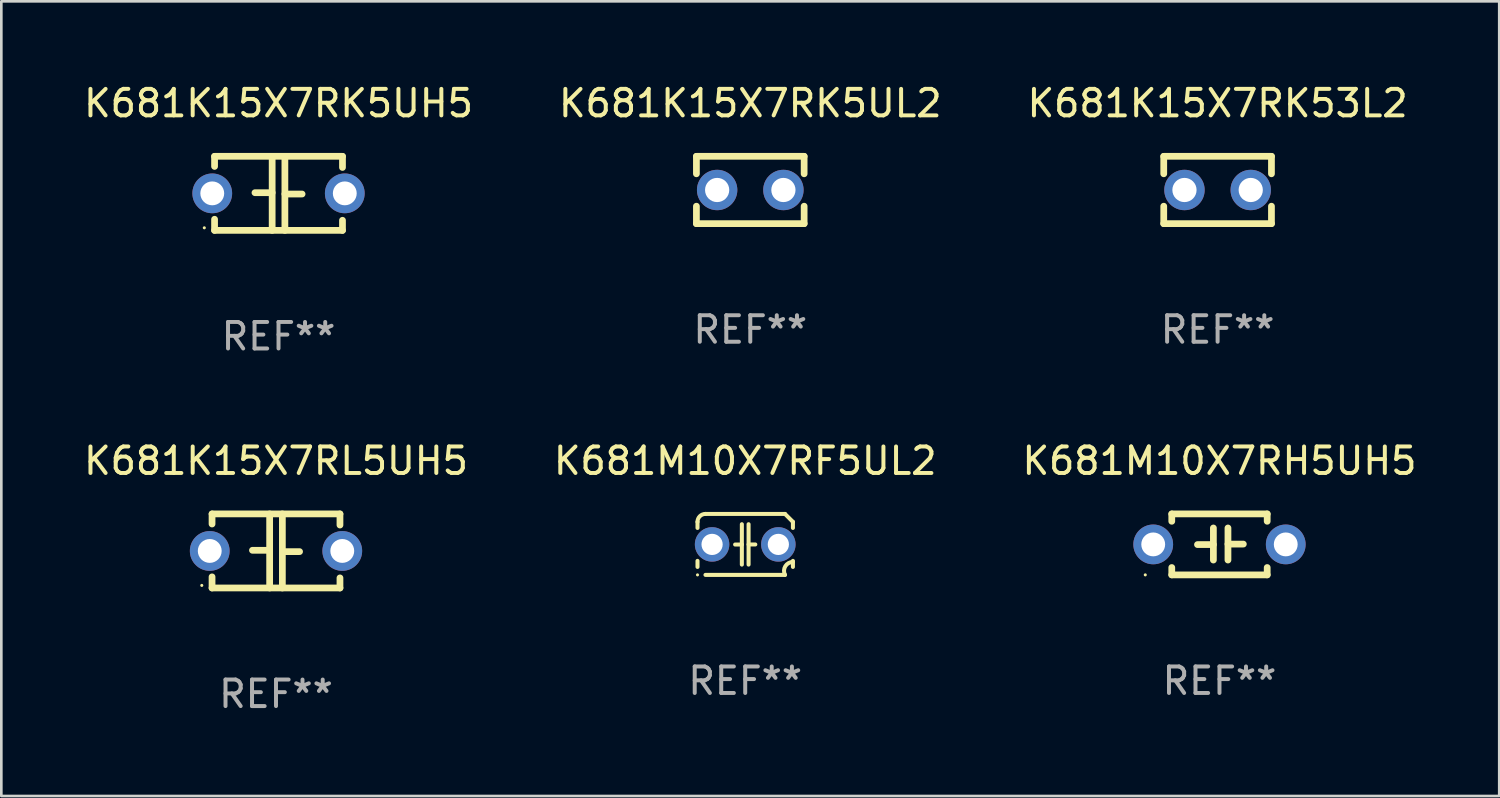
<source format=kicad_pcb>
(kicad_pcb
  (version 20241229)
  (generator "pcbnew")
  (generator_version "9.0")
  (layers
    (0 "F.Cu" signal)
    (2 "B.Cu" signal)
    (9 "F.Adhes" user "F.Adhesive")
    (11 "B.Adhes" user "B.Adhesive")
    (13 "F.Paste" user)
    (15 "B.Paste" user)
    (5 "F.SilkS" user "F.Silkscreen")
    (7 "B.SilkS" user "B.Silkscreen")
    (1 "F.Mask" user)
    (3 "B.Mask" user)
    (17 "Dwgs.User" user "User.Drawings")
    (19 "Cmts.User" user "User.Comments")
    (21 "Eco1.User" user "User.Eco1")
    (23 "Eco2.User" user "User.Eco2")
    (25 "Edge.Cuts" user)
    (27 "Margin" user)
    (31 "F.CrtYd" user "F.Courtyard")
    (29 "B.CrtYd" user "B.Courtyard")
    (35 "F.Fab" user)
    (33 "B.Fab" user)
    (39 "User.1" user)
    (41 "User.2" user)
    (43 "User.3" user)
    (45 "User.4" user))
  (footprint "K681K15X7RL5UH5"
    (layer "F.Cu")
    (at 7.363 17.736)
    (property "Reference" "K681K15X7RL5UH5" (at 0 -3.397 0) (layer "F.SilkS") (effects (font (size 1 1) (thickness 0.15))))
    (attr through_hole)
    (fp_line (start -2.413 -1.397) (end 2.413 -1.397) (stroke (width 0.254) (type solid)) (layer "F.SilkS"))
    (fp_line (start -2.413 -1.016) (end -2.413 -1.397) (stroke (width 0.254) (type solid)) (layer "F.SilkS"))
    (fp_line (start -2.413 0.977) (end -2.413 1.397) (stroke (width 0.254) (type solid)) (layer "F.SilkS"))
    (fp_line (start -0.24 -0.025) (end -0.889 -0.025) (stroke (width 0.254) (type solid)) (layer "F.SilkS"))
    (fp_line (start -0.24 1.397) (end -0.24 -1.397) (stroke (width 0.254) (type solid)) (layer "F.SilkS"))
    (fp_line (start 0.24 -1.397) (end 0.24 1.397) (stroke (width 0.254) (type solid)) (layer "F.SilkS"))
    (fp_line (start 0.24 0.025) (end 0.889 0.025) (stroke (width 0.254) (type solid)) (layer "F.SilkS"))
    (fp_line (start 2.413 -0.977) (end 2.413 -1.397) (stroke (width 0.254) (type solid)) (layer "F.SilkS"))
    (fp_line (start 2.413 1.016) (end 2.413 1.397) (stroke (width 0.254) (type solid)) (layer "F.SilkS"))
    (fp_line (start 2.413 1.397) (end -2.413 1.397) (stroke (width 0.254) (type solid)) (layer "F.SilkS"))
    (fp_circle (center -2.8 1.3) (end -2.77 1.3) (stroke (width 0.06) (type solid)) (fill no) (layer "F.SilkS"))
    (fp_text user "REF**" (at 0 5.397 0) (layer "F.Fab") (effects (font (size 1 1) (thickness 0.15))))
    (pad "1" thru_hole circle (at -2.5 0) (size 1.5 1.5) (drill 0.9) (layers "*.Cu" "*.Mask"))
    (pad "2" thru_hole circle (at 2.5 0) (size 1.5 1.5) (drill 0.9) (layers "*.Cu" "*.Mask")))
  (footprint "K681K15X7RK53L2"
    (layer "F.Cu")
    (at 42.887 4.118)
    (property "Reference" "K681K15X7RK53L2" (at 0 -3.27 0) (layer "F.SilkS") (effects (font (size 1 1) (thickness 0.15))))
    (attr through_hole)
    (fp_line (start -2.032 -1.27) (end -2.032 -0.611) (stroke (width 0.254) (type solid)) (layer "F.SilkS"))
    (fp_line (start -2.032 0.611) (end -2.032 1.27) (stroke (width 0.254) (type solid)) (layer "F.SilkS"))
    (fp_line (start -2.032 1.27) (end 2.032 1.27) (stroke (width 0.254) (type solid)) (layer "F.SilkS"))
    (fp_line (start 2.032 -1.27) (end -2.032 -1.27) (stroke (width 0.254) (type solid)) (layer "F.SilkS"))
    (fp_line (start 2.032 -0.611) (end 2.032 -1.27) (stroke (width 0.254) (type solid)) (layer "F.SilkS"))
    (fp_line (start 2.032 1.27) (end 2.032 0.611) (stroke (width 0.254) (type solid)) (layer "F.SilkS"))
    (fp_circle (center -2 1.3) (end -1.97 1.3) (stroke (width 0.06) (type solid)) (fill no) (layer "F.SilkS"))
    (fp_text user "REF**" (at 0 5.27 0) (layer "F.Fab") (effects (font (size 1 1) (thickness 0.15))))
    (pad "1" thru_hole circle (at -1.25 0) (size 1.524 1.524) (drill 0.914) (layers "*.Cu" "*.Mask"))
    (pad "2" thru_hole circle (at 1.25 0) (size 1.524 1.524) (drill 0.914) (layers "*.Cu" "*.Mask")))
  (footprint "K681M10X7RF5UL2"
    (layer "F.Cu")
    (at 25.065 17.489)
    (property "Reference" "K681M10X7RF5UL2" (at 0 -3.15 0) (layer "F.SilkS") (effects (font (size 1 1) (thickness 0.15))))
    (attr through_hole)
    (fp_line (start -1.8 -0.621) (end -1.8 -0.85) (stroke (width 0.152) (type solid)) (layer "F.SilkS"))
    (fp_line (start -1.8 0.85) (end -1.8 0.621) (stroke (width 0.152) (type solid)) (layer "F.SilkS"))
    (fp_line (start -1.5 -1.15) (end 1.5 -1.15) (stroke (width 0.152) (type solid)) (layer "F.SilkS"))
    (fp_line (start -0.127 -0.762) (end -0.127 0.762) (stroke (width 0.152) (type solid)) (layer "F.SilkS"))
    (fp_line (start -0.127 0.005) (end -0.381 0.005) (stroke (width 0.152) (type solid)) (layer "F.SilkS"))
    (fp_line (start 0.127 -0.762) (end 0.127 0.762) (stroke (width 0.152) (type solid)) (layer "F.SilkS"))
    (fp_line (start 0.127 0.002) (end 0.381 0.002) (stroke (width 0.152) (type solid)) (layer "F.SilkS"))
    (fp_line (start 1.5 1.15) (end -1.5 1.15) (stroke (width 0.152) (type solid)) (layer "F.SilkS"))
    (fp_line (start 1.8 -0.85) (end 1.8 -0.621) (stroke (width 0.152) (type solid)) (layer "F.SilkS"))
    (fp_line (start 1.8 0.621) (end 1.8 0.85) (stroke (width 0.152) (type solid)) (layer "F.SilkS"))
    (fp_arc (start -1.799975 -0.849987) (mid -1.712107 -1.062119) (end -1.499975 -1.149987) (stroke (width 0.151994) (type solid)) (layer "F.SilkS"))
    (fp_arc (start 1.499975 1.149987) (mid 1.513726 0.822359) (end 1.799975 0.662387) (stroke (width 0.151994) (type solid)) (layer "F.SilkS"))
    (fp_arc (start 1.500001 -1.149986) (mid 1.650015 -1.000001) (end 1.8 -0.849987) (stroke (width 0.151994) (type solid)) (layer "F.SilkS"))
    (fp_circle (center -1.8 1.15) (end -1.77 1.15) (stroke (width 0.06) (type solid)) (fill no) (layer "F.SilkS"))
    (fp_text user "REF**" (at 0 5.15 0) (layer "F.Fab") (effects (font (size 1 1) (thickness 0.15))))
    (pad "1" thru_hole circle (at -1.25 0) (size 1.3 1.3) (drill 0.8) (layers "*.Cu" "*.Mask"))
    (pad "2" thru_hole circle (at 1.25 0) (size 1.3 1.3) (drill 0.8) (layers "*.Cu" "*.Mask")))
  (footprint "K681K15X7RK5UH5"
    (layer "F.Cu")
    (at 7.458 4.245)
    (property "Reference" "K681K15X7RK5UH5" (at 0 -3.397 0) (layer "F.SilkS") (effects (font (size 1 1) (thickness 0.15))))
    (attr through_hole)
    (fp_line (start -2.413 -1.397) (end 2.413 -1.397) (stroke (width 0.254) (type solid)) (layer "F.SilkS"))
    (fp_line (start -2.413 -1.016) (end -2.413 -1.397) (stroke (width 0.254) (type solid)) (layer "F.SilkS"))
    (fp_line (start -2.413 0.977) (end -2.413 1.397) (stroke (width 0.254) (type solid)) (layer "F.SilkS"))
    (fp_line (start -0.24 -0.025) (end -0.889 -0.025) (stroke (width 0.254) (type solid)) (layer "F.SilkS"))
    (fp_line (start -0.24 1.397) (end -0.24 -1.397) (stroke (width 0.254) (type solid)) (layer "F.SilkS"))
    (fp_line (start 0.24 -1.397) (end 0.24 1.397) (stroke (width 0.254) (type solid)) (layer "F.SilkS"))
    (fp_line (start 0.24 0.025) (end 0.889 0.025) (stroke (width 0.254) (type solid)) (layer "F.SilkS"))
    (fp_line (start 2.413 -0.977) (end 2.413 -1.397) (stroke (width 0.254) (type solid)) (layer "F.SilkS"))
    (fp_line (start 2.413 1.016) (end 2.413 1.397) (stroke (width 0.254) (type solid)) (layer "F.SilkS"))
    (fp_line (start 2.413 1.397) (end -2.413 1.397) (stroke (width 0.254) (type solid)) (layer "F.SilkS"))
    (fp_circle (center -2.8 1.3) (end -2.77 1.3) (stroke (width 0.06) (type solid)) (fill no) (layer "F.SilkS"))
    (fp_text user "REF**" (at 0 5.397 0) (layer "F.Fab") (effects (font (size 1 1) (thickness 0.15))))
    (pad "1" thru_hole circle (at -2.5 0) (size 1.5 1.5) (drill 0.9) (layers "*.Cu" "*.Mask"))
    (pad "2" thru_hole circle (at 2.5 0) (size 1.5 1.5) (drill 0.9) (layers "*.Cu" "*.Mask")))
  (footprint "K681M10X7RH5UH5"
    (layer "F.Cu")
    (at 42.958 17.489)
    (property "Reference" "K681M10X7RH5UH5" (at 0 -3.15 0) (layer "F.SilkS") (effects (font (size 1 1) (thickness 0.15))))
    (attr through_hole)
    (fp_line (start -1.8 -1.15) (end -1.8 -0.872) (stroke (width 0.254) (type solid)) (layer "F.SilkS"))
    (fp_line (start -1.8 -1.15) (end 1.8 -1.15) (stroke (width 0.254) (type solid)) (layer "F.SilkS"))
    (fp_line (start -1.8 0.872) (end -1.8 1.15) (stroke (width 0.254) (type solid)) (layer "F.SilkS"))
    (fp_line (start -1.8 1.15) (end 1.8 1.15) (stroke (width 0.254) (type solid)) (layer "F.SilkS"))
    (fp_line (start -0.23 -0.62) (end -0.23 0.59) (stroke (width 0.254) (type solid)) (layer "F.SilkS"))
    (fp_line (start -0.23 0.007) (end -0.83 0.007) (stroke (width 0.254) (type solid)) (layer "F.SilkS"))
    (fp_line (start 0.32 -0.62) (end 0.32 0.59) (stroke (width 0.254) (type solid)) (layer "F.SilkS"))
    (fp_line (start 0.32 -0.012) (end 0.9 -0.012) (stroke (width 0.254) (type solid)) (layer "F.SilkS"))
    (fp_line (start 1.8 -1.15) (end 1.8 -0.872) (stroke (width 0.254) (type solid)) (layer "F.SilkS"))
    (fp_line (start 1.8 0.872) (end 1.8 1.15) (stroke (width 0.254) (type solid)) (layer "F.SilkS"))
    (fp_circle (center -2.8 1.15) (end -2.77 1.15) (stroke (width 0.06) (type solid)) (fill no) (layer "F.SilkS"))
    (fp_text user "REF**" (at 0 5.15 0) (layer "F.Fab") (effects (font (size 1 1) (thickness 0.15))))
    (pad "1" thru_hole circle (at -2.5 0) (size 1.5 1.5) (drill 0.9) (layers "*.Cu" "*.Mask"))
    (pad "2" thru_hole circle (at 2.5 0) (size 1.5 1.5) (drill 0.9) (layers "*.Cu" "*.Mask")))
  (footprint "K681K15X7RK5UL2"
    (layer "F.Cu")
    (at 25.256 4.118)
    (property "Reference" "K681K15X7RK5UL2" (at 0 -3.27 0) (layer "F.SilkS") (effects (font (size 1 1) (thickness 0.15))))
    (attr through_hole)
    (fp_line (start -2.032 -1.27) (end -2.032 -0.611) (stroke (width 0.254) (type solid)) (layer "F.SilkS"))
    (fp_line (start -2.032 0.611) (end -2.032 1.27) (stroke (width 0.254) (type solid)) (layer "F.SilkS"))
    (fp_line (start -2.032 1.27) (end 2.032 1.27) (stroke (width 0.254) (type solid)) (layer "F.SilkS"))
    (fp_line (start 2.032 -1.27) (end -2.032 -1.27) (stroke (width 0.254) (type solid)) (layer "F.SilkS"))
    (fp_line (start 2.032 -0.611) (end 2.032 -1.27) (stroke (width 0.254) (type solid)) (layer "F.SilkS"))
    (fp_line (start 2.032 1.27) (end 2.032 0.611) (stroke (width 0.254) (type solid)) (layer "F.SilkS"))
    (fp_circle (center -2 1.3) (end -1.97 1.3) (stroke (width 0.06) (type solid)) (fill no) (layer "F.SilkS"))
    (fp_text user "REF**" (at 0 5.27 0) (layer "F.Fab") (effects (font (size 1 1) (thickness 0.15))))
    (pad "1" thru_hole circle (at -1.25 0) (size 1.524 1.524) (drill 0.914) (layers "*.Cu" "*.Mask"))
    (pad "2" thru_hole circle (at 1.25 0) (size 1.524 1.524) (drill 0.914) (layers "*.Cu" "*.Mask")))
  (gr_rect
    (start -3 -3)
    (end 53.512 26.981)
    (stroke (width 0.1) (type default))
    (fill no)
    (layer "Edge.Cuts")))
</source>
